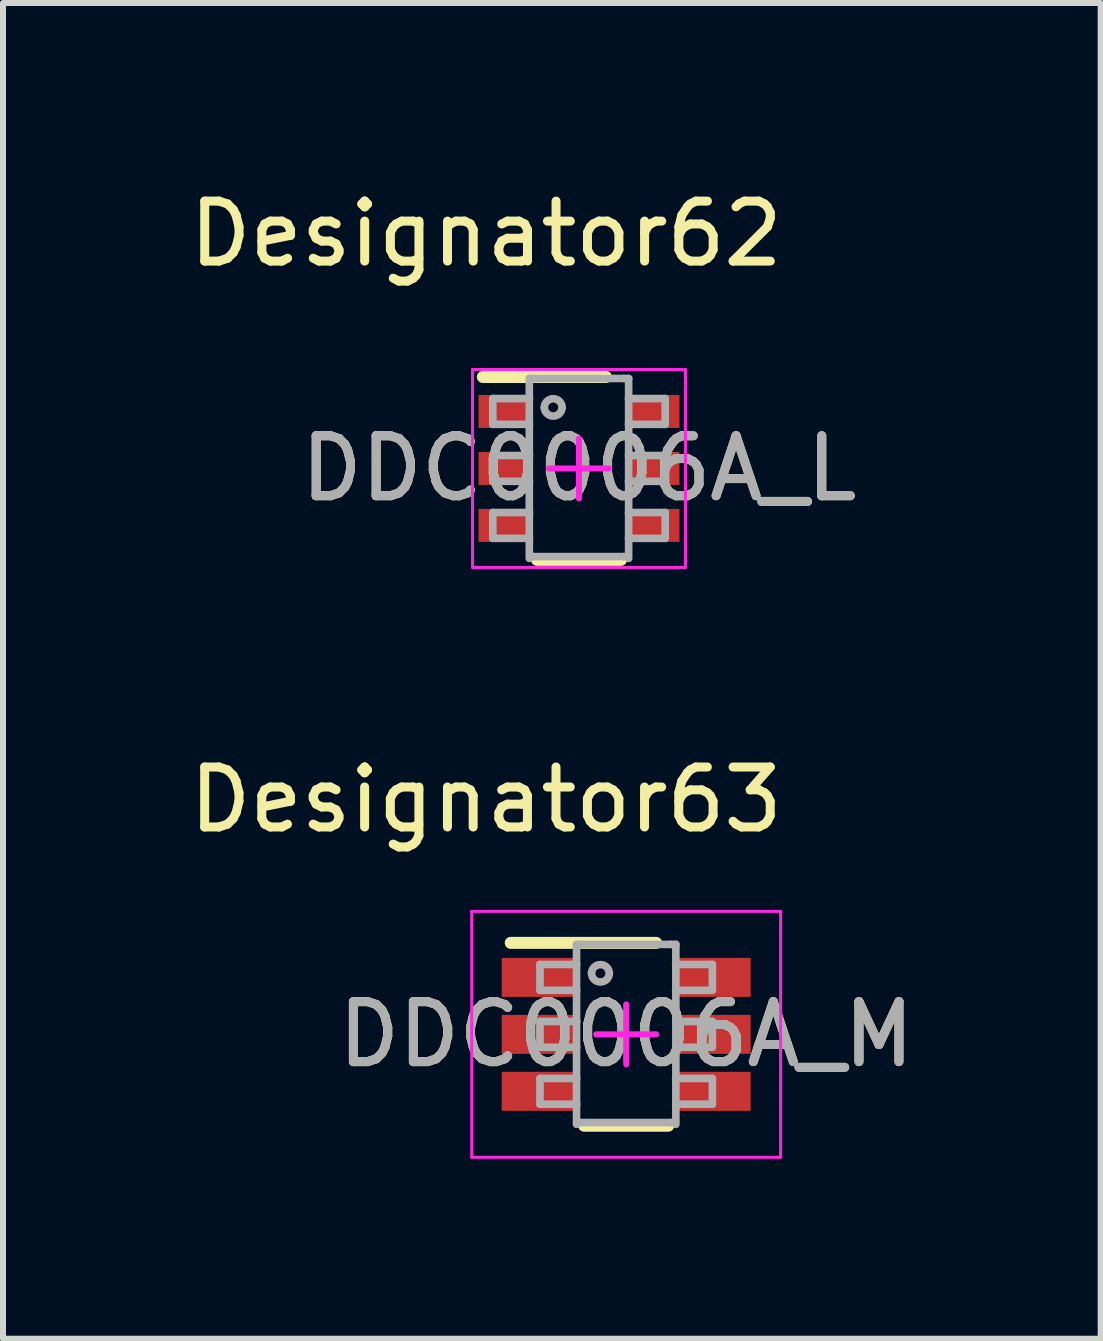
<source format=kicad_pcb>
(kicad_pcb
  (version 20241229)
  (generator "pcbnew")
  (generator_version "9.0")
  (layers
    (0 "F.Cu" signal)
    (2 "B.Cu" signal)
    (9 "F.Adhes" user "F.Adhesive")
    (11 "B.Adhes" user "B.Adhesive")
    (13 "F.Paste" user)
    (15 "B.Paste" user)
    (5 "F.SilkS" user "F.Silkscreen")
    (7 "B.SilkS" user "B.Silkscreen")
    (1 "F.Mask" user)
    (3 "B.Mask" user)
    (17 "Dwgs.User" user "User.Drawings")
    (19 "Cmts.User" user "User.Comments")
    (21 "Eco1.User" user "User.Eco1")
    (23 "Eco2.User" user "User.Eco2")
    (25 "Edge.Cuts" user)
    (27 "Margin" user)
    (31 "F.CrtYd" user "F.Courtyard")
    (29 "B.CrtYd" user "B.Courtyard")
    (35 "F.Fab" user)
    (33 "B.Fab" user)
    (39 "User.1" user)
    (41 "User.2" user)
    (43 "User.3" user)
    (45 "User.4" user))
  (footprint "DDC0006A_L"
    (layer "F.Cu")
    (at 6.603 4.76)
    (property "Reference" "DDC0006A_L" (at 0 0 0) (unlocked yes) (layer "F.SilkS") (effects (font (size 1 1) (thickness 0.15))))
    (attr smd)
    (fp_line (start -1.603 -1.525) (end 0.45 -1.525) (stroke (width 0.2) (type solid)) (layer "F.SilkS"))
    (fp_line (start -0.7 1.524) (end 0.7 1.524) (stroke (width 0.2) (type solid)) (layer "F.SilkS"))
    (fp_line (start -1.775 -1.65) (end 1.775 -1.65) (stroke (width 0.05) (type solid)) (layer "F.CrtYd"))
    (fp_line (start -1.775 1.65) (end -1.775 -1.65) (stroke (width 0.05) (type solid)) (layer "F.CrtYd"))
    (fp_line (start -1.775 1.65) (end 1.775 1.65) (stroke (width 0.05) (type solid)) (layer "F.CrtYd"))
    (fp_line (start -0.5 0) (end 0.5 0) (stroke (width 0.1) (type solid)) (layer "F.CrtYd"))
    (fp_line (start 0 0.5) (end 0 -0.5) (stroke (width 0.1) (type solid)) (layer "F.CrtYd"))
    (fp_line (start 1.775 1.65) (end 1.775 -1.65) (stroke (width 0.05) (type solid)) (layer "F.CrtYd"))
    (fp_line (start -1.437 -1.165) (end -0.825 -1.165) (stroke (width 0.127) (type solid)) (layer "F.Fab"))
    (fp_line (start -1.437 -0.735) (end -1.437 -1.165) (stroke (width 0.127) (type solid)) (layer "F.Fab"))
    (fp_line (start -1.437 -0.735) (end -0.825 -0.735) (stroke (width 0.127) (type solid)) (layer "F.Fab"))
    (fp_line (start -1.437 -0.215) (end -0.825 -0.215) (stroke (width 0.127) (type solid)) (layer "F.Fab"))
    (fp_line (start -1.437 0.215) (end -1.437 -0.215) (stroke (width 0.127) (type solid)) (layer "F.Fab"))
    (fp_line (start -1.437 0.215) (end -0.825 0.215) (stroke (width 0.127) (type solid)) (layer "F.Fab"))
    (fp_line (start -1.437 0.735) (end -0.825 0.735) (stroke (width 0.127) (type solid)) (layer "F.Fab"))
    (fp_line (start -1.437 1.165) (end -1.437 0.735) (stroke (width 0.127) (type solid)) (layer "F.Fab"))
    (fp_line (start -1.437 1.165) (end -0.825 1.165) (stroke (width 0.127) (type solid)) (layer "F.Fab"))
    (fp_line (start -0.828 -1.5) (end 0.828 -1.5) (stroke (width 0.127) (type solid)) (layer "F.Fab"))
    (fp_line (start -0.828 1.5) (end -0.828 -1.5) (stroke (width 0.127) (type solid)) (layer "F.Fab"))
    (fp_line (start -0.754 -1.5) (end -0.75 -1.5) (stroke (width 0.127) (type solid)) (layer "F.Fab"))
    (fp_line (start -0.754 1.47) (end -0.75 1.47) (stroke (width 0.127) (type solid)) (layer "F.Fab"))
    (fp_line (start -0.75 1.47) (end 0.743 1.47) (stroke (width 0.127) (type solid)) (layer "F.Fab"))
    (fp_line (start 0.743 -1.5) (end 0.747 -1.5) (stroke (width 0.127) (type solid)) (layer "F.Fab"))
    (fp_line (start 0.743 1.47) (end 0.747 1.47) (stroke (width 0.127) (type solid)) (layer "F.Fab"))
    (fp_line (start 0.825 -1.165) (end 1.437 -1.165) (stroke (width 0.127) (type solid)) (layer "F.Fab"))
    (fp_line (start 0.825 -0.735) (end 1.437 -0.735) (stroke (width 0.127) (type solid)) (layer "F.Fab"))
    (fp_line (start 0.825 -0.215) (end 1.437 -0.215) (stroke (width 0.127) (type solid)) (layer "F.Fab"))
    (fp_line (start 0.825 0.215) (end 1.437 0.215) (stroke (width 0.127) (type solid)) (layer "F.Fab"))
    (fp_line (start 0.825 0.735) (end 1.437 0.735) (stroke (width 0.127) (type solid)) (layer "F.Fab"))
    (fp_line (start 0.825 1.165) (end 1.437 1.165) (stroke (width 0.127) (type solid)) (layer "F.Fab"))
    (fp_line (start 0.828 1.5) (end 0.828 -1.5) (stroke (width 0.127) (type solid)) (layer "F.Fab"))
    (fp_line (start 1.437 -0.735) (end 1.437 -1.165) (stroke (width 0.127) (type solid)) (layer "F.Fab"))
    (fp_line (start 1.437 0.215) (end 1.437 -0.215) (stroke (width 0.127) (type solid)) (layer "F.Fab"))
    (fp_line (start 1.437 1.165) (end 1.437 0.735) (stroke (width 0.127) (type solid)) (layer "F.Fab"))
    (fp_arc (start -0.578322 -1.017679) (mid -0.429542 -1.166459) (end -0.280761 -1.017679) (stroke (width 0.127) (type solid)) (layer "F.Fab"))
    (fp_arc (start -0.280761 -1.017679) (mid -0.429542 -0.868898) (end -0.578322 -1.017679) (stroke (width 0.127) (type solid)) (layer "F.Fab"))
    (fp_text user "Designator62" (at -1.549 -3.912 0) (unlocked yes) (layer "F.SilkS") (effects (font (size 1 1) (thickness 0.15))))
    (fp_text user "${REFERENCE}" (at 0 0 0) (unlocked yes) (layer "F.Fab") (effects (font (size 1 1) (thickness 0.15))))
    (pad "1" smd rect (at -1.275 -0.95 90) (size 0.55 0.8) (layers "F.Cu" "F.Mask" "F.Paste"))
    (pad "2" smd rect (at -1.275 0 90) (size 0.55 0.8) (layers "F.Cu" "F.Mask" "F.Paste"))
    (pad "3" smd rect (at -1.275 0.95 90) (size 0.55 0.8) (layers "F.Cu" "F.Mask" "F.Paste"))
    (pad "4" smd rect (at 1.275 0.95 90) (size 0.55 0.8) (layers "F.Cu" "F.Mask" "F.Paste"))
    (pad "5" smd rect (at 1.275 0 90) (size 0.55 0.8) (layers "F.Cu" "F.Mask" "F.Paste"))
    (pad "6" smd rect (at 1.275 -0.95 90) (size 0.55 0.8) (layers "F.Cu" "F.Mask" "F.Paste")))
  (footprint "DDC0006A_M"
    (layer "F.Cu")
    (at 7.39 14.195)
    (property "Reference" "DDC0006A_M" (at 0 0 0) (unlocked yes) (layer "F.SilkS") (effects (font (size 1 1) (thickness 0.15))))
    (attr smd)
    (fp_line (start -1.925 -1.525) (end 0.5 -1.525) (stroke (width 0.2) (type solid)) (layer "F.SilkS"))
    (fp_line (start -0.7 1.524) (end 0.7 1.524) (stroke (width 0.2) (type solid)) (layer "F.SilkS"))
    (fp_line (start -2.575 -2.05) (end 2.575 -2.05) (stroke (width 0.05) (type solid)) (layer "F.CrtYd"))
    (fp_line (start -2.575 2.05) (end -2.575 -2.05) (stroke (width 0.05) (type solid)) (layer "F.CrtYd"))
    (fp_line (start -2.575 2.05) (end 2.575 2.05) (stroke (width 0.05) (type solid)) (layer "F.CrtYd"))
    (fp_line (start -0.5 0) (end 0.5 0) (stroke (width 0.1) (type solid)) (layer "F.CrtYd"))
    (fp_line (start 0 0.5) (end 0 -0.5) (stroke (width 0.1) (type solid)) (layer "F.CrtYd"))
    (fp_line (start 2.575 2.05) (end 2.575 -2.05) (stroke (width 0.05) (type solid)) (layer "F.CrtYd"))
    (fp_line (start -1.437 -1.165) (end -0.825 -1.165) (stroke (width 0.127) (type solid)) (layer "F.Fab"))
    (fp_line (start -1.437 -0.735) (end -1.437 -1.165) (stroke (width 0.127) (type solid)) (layer "F.Fab"))
    (fp_line (start -1.437 -0.735) (end -0.825 -0.735) (stroke (width 0.127) (type solid)) (layer "F.Fab"))
    (fp_line (start -1.437 -0.215) (end -0.825 -0.215) (stroke (width 0.127) (type solid)) (layer "F.Fab"))
    (fp_line (start -1.437 0.215) (end -1.437 -0.215) (stroke (width 0.127) (type solid)) (layer "F.Fab"))
    (fp_line (start -1.437 0.215) (end -0.825 0.215) (stroke (width 0.127) (type solid)) (layer "F.Fab"))
    (fp_line (start -1.437 0.735) (end -0.825 0.735) (stroke (width 0.127) (type solid)) (layer "F.Fab"))
    (fp_line (start -1.437 1.165) (end -1.437 0.735) (stroke (width 0.127) (type solid)) (layer "F.Fab"))
    (fp_line (start -1.437 1.165) (end -0.825 1.165) (stroke (width 0.127) (type solid)) (layer "F.Fab"))
    (fp_line (start -0.828 -1.5) (end 0.828 -1.5) (stroke (width 0.127) (type solid)) (layer "F.Fab"))
    (fp_line (start -0.828 1.5) (end -0.828 -1.5) (stroke (width 0.127) (type solid)) (layer "F.Fab"))
    (fp_line (start -0.754 -1.5) (end -0.75 -1.5) (stroke (width 0.127) (type solid)) (layer "F.Fab"))
    (fp_line (start -0.754 1.47) (end -0.75 1.47) (stroke (width 0.127) (type solid)) (layer "F.Fab"))
    (fp_line (start -0.75 1.47) (end 0.743 1.47) (stroke (width 0.127) (type solid)) (layer "F.Fab"))
    (fp_line (start 0.743 -1.5) (end 0.747 -1.5) (stroke (width 0.127) (type solid)) (layer "F.Fab"))
    (fp_line (start 0.743 1.47) (end 0.747 1.47) (stroke (width 0.127) (type solid)) (layer "F.Fab"))
    (fp_line (start 0.825 -1.165) (end 1.437 -1.165) (stroke (width 0.127) (type solid)) (layer "F.Fab"))
    (fp_line (start 0.825 -0.735) (end 1.437 -0.735) (stroke (width 0.127) (type solid)) (layer "F.Fab"))
    (fp_line (start 0.825 -0.215) (end 1.437 -0.215) (stroke (width 0.127) (type solid)) (layer "F.Fab"))
    (fp_line (start 0.825 0.215) (end 1.437 0.215) (stroke (width 0.127) (type solid)) (layer "F.Fab"))
    (fp_line (start 0.825 0.735) (end 1.437 0.735) (stroke (width 0.127) (type solid)) (layer "F.Fab"))
    (fp_line (start 0.825 1.165) (end 1.437 1.165) (stroke (width 0.127) (type solid)) (layer "F.Fab"))
    (fp_line (start 0.828 1.5) (end 0.828 -1.5) (stroke (width 0.127) (type solid)) (layer "F.Fab"))
    (fp_line (start 1.437 -0.735) (end 1.437 -1.165) (stroke (width 0.127) (type solid)) (layer "F.Fab"))
    (fp_line (start 1.437 0.215) (end 1.437 -0.215) (stroke (width 0.127) (type solid)) (layer "F.Fab"))
    (fp_line (start 1.437 1.165) (end 1.437 0.735) (stroke (width 0.127) (type solid)) (layer "F.Fab"))
    (fp_arc (start -0.578322 -1.017679) (mid -0.429542 -1.166459) (end -0.280761 -1.017679) (stroke (width 0.127) (type solid)) (layer "F.Fab"))
    (fp_arc (start -0.280761 -1.017679) (mid -0.429542 -0.868898) (end -0.578322 -1.017679) (stroke (width 0.127) (type solid)) (layer "F.Fab"))
    (fp_text user "Designator63" (at -2.337 -3.912 0) (unlocked yes) (layer "F.SilkS") (effects (font (size 1 1) (thickness 0.15))))
    (fp_text user "${REFERENCE}" (at 0 0 0) (unlocked yes) (layer "F.Fab") (effects (font (size 1 1) (thickness 0.15))))
    (pad "1" smd rect (at -1.475 -0.95 90) (size 0.65 1.2) (layers "F.Cu" "F.Mask" "F.Paste"))
    (pad "2" smd rect (at -1.475 0 90) (size 0.65 1.2) (layers "F.Cu" "F.Mask" "F.Paste"))
    (pad "3" smd rect (at -1.475 0.95 90) (size 0.65 1.2) (layers "F.Cu" "F.Mask" "F.Paste"))
    (pad "4" smd rect (at 1.475 0.95 90) (size 0.65 1.2) (layers "F.Cu" "F.Mask" "F.Paste"))
    (pad "5" smd rect (at 1.475 0 90) (size 0.65 1.2) (layers "F.Cu" "F.Mask" "F.Paste"))
    (pad "6" smd rect (at 1.475 -0.95 90) (size 0.65 1.2) (layers "F.Cu" "F.Mask" "F.Paste")))
  (gr_rect
    (start -3 -3)
    (end 15.301 19.27)
    (stroke (width 0.1) (type default))
    (fill no)
    (layer "Edge.Cuts")))
</source>
